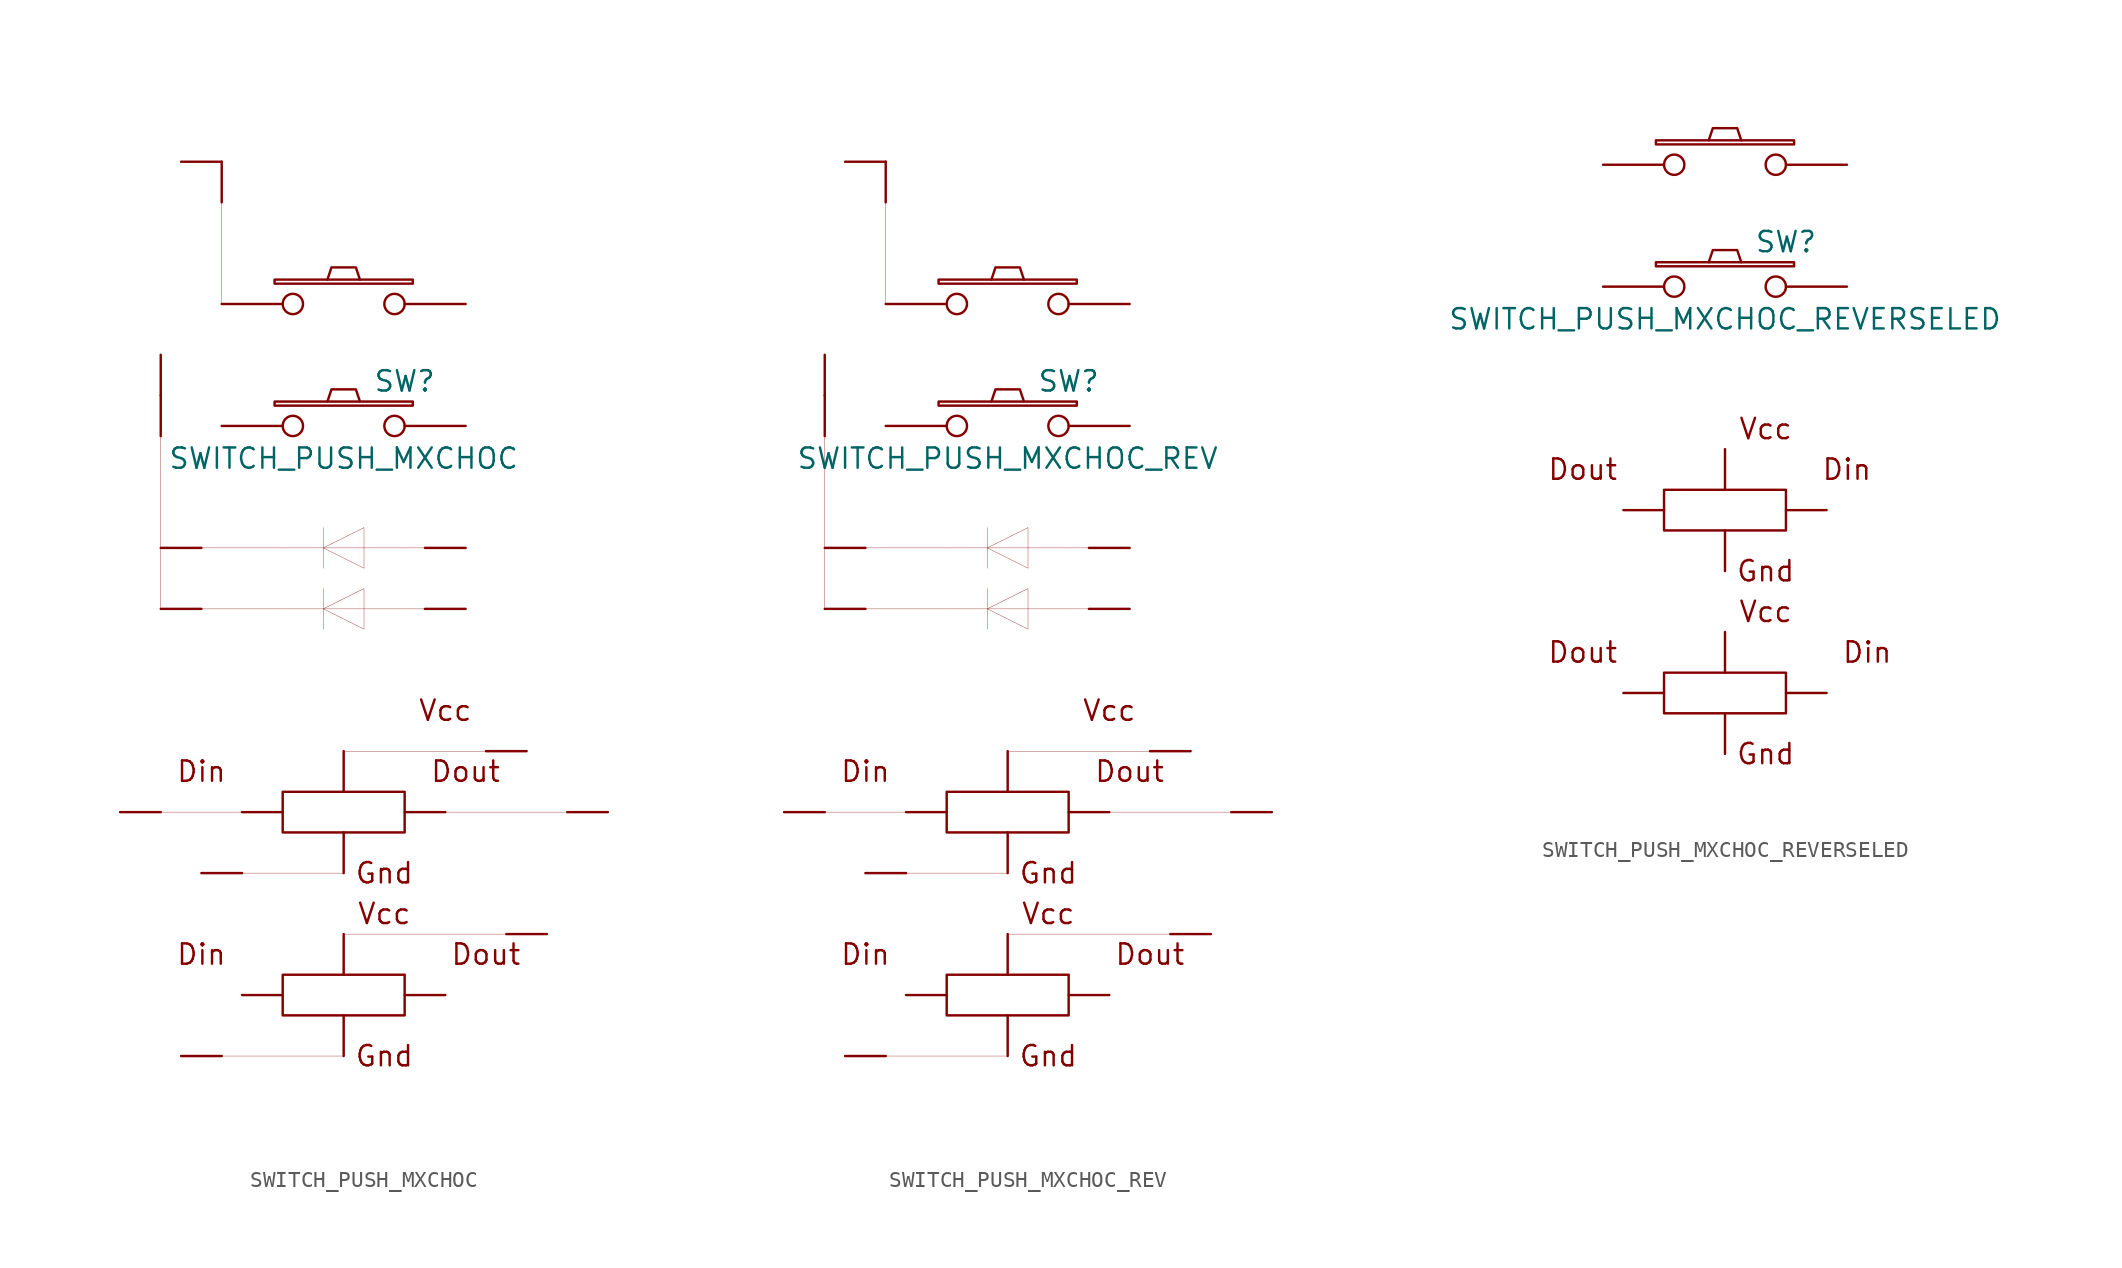
<source format=kicad_sym>
(kicad_symbol_lib
  (version 20200126)
  (host kicad_symbol_editor "(5.99.0-2043-g129c16cf7)")
  (symbol "switches:SWITCH_PUSH_MXCHOC"
    (pin_numbers hide)
    (pin_names hide)
    (property "Reference" "SW"
      (at 3.81 2.794 0)
      (effects (font (size 1.27 1.27))))
    (property "Value" "SWITCH_PUSH_MXCHOC"
      (at 0 -2.032 0)
      (effects (font (size 1.27 1.27))))
    (symbol "SWITCH_PUSH_MXCHOC_0_0"
      (text "Din" (at -8.89 -33.02 0) (effects (font (size 1.27 1.27))))
      (text "Din" (at -8.89 -21.59 0) (effects (font (size 1.27 1.27))))
      (text "Dout" (at 7.62 -21.59 0) (effects (font (size 1.27 1.27))))
      (text "Gnd" (at 2.54 -27.94 0) (effects (font (size 1.27 1.27))))
      (text "Vcc" (at 2.54 -30.48 0) (effects (font (size 1.27 1.27))))
      (text "Vcc" (at 6.35 -17.78 0) (effects (font (size 1.27 1.27)))))
    (symbol "SWITCH_PUSH_MXCHOC_1_1"
      (text "Dout" (at 8.89 -33.02 0) (effects (font (size 1.27 1.27))))
      (text "Gnd" (at 2.54 -39.37 0) (effects (font (size 1.27 1.27))))
      (rectangle (start -4.318 8.89) (end 4.318 9.144) (stroke (width 0)) (fill (type none)))
      (rectangle (start -3.81 -34.29) (end 3.81 -36.83) (stroke (width 0)) (fill (type none)))
      (polyline (pts (xy -1.016 9.144) (xy -0.762 9.906) (xy 0.762 9.906) (xy 1.016 9.144)) (stroke (width 0)) (fill (type none)))
      (pin passive inverted (at -7.62 7.62 0) (length 5.08) (name "2" (effects (font (size 1.524 1.524)))) (number "2" (effects (font (size 1.524 1.524)))))
      (pin passive line (at 0 -31.75 270) (length 2.54) (name "Vdd" (effects (font (size 1.27 1.27)))) (number "9" (effects (font (size 1.27 1.27)))))
      (pin input line (at -6.35 -35.56 0) (length 2.54) (name "Din" (effects (font (size 1.27 1.27)))) (number "12" (effects (font (size 1.27 1.27)))))
      (pin passive line (at 0 -39.37 90) (length 2.54) (name "VSS" (effects (font (size 1.27 1.27)))) (number "11" (effects (font (size 1.27 1.27)))))
      (pin passive inverted (at 7.62 7.62 180) (length 5.08) (name "1" (effects (font (size 1.524 1.524)))) (number "1" (effects (font (size 1.524 1.524)))))
      (pin output line (at 6.35 -24.13 180) (length 2.54) (name "Dout" (effects (font (size 1.27 1.27)))) (number "6" (effects (font (size 1.27 1.27)))))
      (pin passive line (at 0 -20.32 270) (length 2.54) (name "Vdd" (effects (font (size 1.27 1.27)))) (number "5" (effects (font (size 1.27 1.27)))))
      (pin input line (at -6.35 -24.13 0) (length 2.54) (name "Din" (effects (font (size 1.27 1.27)))) (number "8" (effects (font (size 1.27 1.27)))))
      (pin passive line (at 0 -27.94 90) (length 2.54) (name "VSS" (effects (font (size 1.27 1.27)))) (number "7" (effects (font (size 1.27 1.27)))))
      (pin output line (at 6.35 -35.56 180) (length 2.54) (name "Dout" (effects (font (size 1.27 1.27)))) (number "10" (effects (font (size 1.27 1.27)))))
      (pin output line (at -11.43 -7.62 0) (length 2.54) (name "23" (effects (font (size 1.27 1.27)))) (number "23" (effects (font (size 1.27 1.27)))))
      (pin output line (at -11.43 -11.43 0) (length 2.54) (name "25" (effects (font (size 1.27 1.27)))) (number "25" (effects (font (size 1.27 1.27)))))
      (pin input line (at 7.62 -7.62 180) (length 2.54) (name "22" (effects (font (size 1.27 1.27)))) (number "22" (effects (font (size 1.27 1.27)))))
      (pin input line (at 7.62 -11.43 180) (length 2.54) (name "24" (effects (font (size 1.27 1.27)))) (number "24" (effects (font (size 1.27 1.27)))))
      (pin passive line (at -10.16 16.51 0) (length 2.54) (name "13" (effects (font (size 1.27 1.27)))) (number "13" (effects (font (size 1.27 1.27)))))
      (pin passive line (at -7.62 16.51 270) (length 2.54) (name "15" (effects (font (size 1.27 1.27)))) (number "15" (effects (font (size 1.27 1.27)))))
      (pin passive line (at -11.43 1.905 270) (length 2.54) (name "26" (effects (font (size 1.27 1.27)))) (number "26" (effects (font (size 1.27 1.27)))))
      (pin passive line (at -11.43 4.445 270) (length 2.54) (name "14" (effects (font (size 1.27 1.27)))) (number "14" (effects (font (size 1.27 1.27)))))
      (pin passive line (at 11.43 -20.32 180) (length 2.54) (name "vcc" (effects (font (size 1.27 1.27)))) (number "16" (effects (font (size 1.27 1.27)))))
      (pin passive line (at 12.7 -31.75 180) (length 2.54) (name "vcc" (effects (font (size 1.27 1.27)))) (number "19" (effects (font (size 1.27 1.27)))))
      (pin passive line (at -8.89 -27.94 0) (length 2.54) (name "gnd" (effects (font (size 1.27 1.27)))) (number "18" (effects (font (size 1.27 1.27)))))
      (pin passive line (at -10.16 -39.37 0) (length 2.54) (name "gnd" (effects (font (size 1.27 1.27)))) (number "21" (effects (font (size 1.27 1.27)))))
      (pin passive line (at -13.97 -24.13 0) (length 2.54) (name "din" (effects (font (size 1.27 1.27)))) (number "20" (effects (font (size 1.27 1.27)))))
      (pin passive line (at 16.51 -24.13 180) (length 2.54) (name "dout" (effects (font (size 1.27 1.27)))) (number "17" (effects (font (size 1.27 1.27))))))
    (symbol "SWITCH_PUSH_MXCHOC_0_1"
      (rectangle (start -4.318 1.27) (end 4.318 1.524) (stroke (width 0)) (fill (type none)))
      (rectangle (start -3.81 -22.86) (end 3.81 -25.4) (stroke (width 0)) (fill (type none)))
      (rectangle (start -1.27 -7.62) (end 1.27 -7.62) (stroke (width 0.001)) (fill (type none)))
      (rectangle (start 1.27 -11.43) (end -1.27 -11.43) (stroke (width 0.001)) (fill (type none)))
      (polyline (pts (xy -1.016 1.524) (xy -0.762 2.286) (xy 0.762 2.286) (xy 1.016 1.524)) (stroke (width 0)) (fill (type none)))
      (polyline (pts (xy -3.81 -11.43) (xy -1.27 -11.43) (xy -1.27 -10.16) (xy -1.27 -12.7) (xy -1.27 -11.43) (xy 1.27 -10.16) (xy 1.27 -12.7) (xy -1.27 -11.43)) (stroke (width 0.001)) (fill (type none)))
      (polyline (pts (xy 1.27 -11.43) (xy 3.81 -11.43)) (stroke (width 0.001)) (fill (type none)))
      (polyline (pts (xy -3.81 -7.62) (xy -1.27 -7.62) (xy -1.27 -6.35) (xy -1.27 -8.89) (xy -1.27 -7.62) (xy 1.27 -6.35) (xy 1.27 -8.89) (xy -1.27 -7.62)) (stroke (width 0.001)) (fill (type none)))
      (polyline (pts (xy 1.27 -7.62) (xy 3.81 -7.62)) (stroke (width 0.001)) (fill (type none)))
      (polyline (pts (xy 0 -20.32) (xy 11.43 -20.32)) (stroke (width 0.001)) (fill (type none)))
      (polyline (pts (xy 0 -31.75) (xy 11.43 -31.75)) (stroke (width 0.001)) (fill (type none)))
      (polyline (pts (xy 0 -39.37) (xy -8.89 -39.37)) (stroke (width 0.001)) (fill (type none)))
      (polyline (pts (xy 0 -27.94) (xy -8.89 -27.94)) (stroke (width 0.001)) (fill (type none)))
      (polyline (pts (xy -6.35 -24.13) (xy -13.335 -24.13)) (stroke (width 0.001)) (fill (type none)))
      (polyline (pts (xy 15.875 -24.13) (xy 6.35 -24.13)) (stroke (width 0.001)) (fill (type none)))
      (polyline (pts (xy -11.43 4.445) (xy -11.43 -11.43)) (stroke (width 0.001)) (fill (type none)))
      (polyline (pts (xy -9.525 -7.62) (xy -3.81 -7.62)) (stroke (width 0.001)) (fill (type none)))
      (polyline (pts (xy -7.62 7.62) (xy -7.62 16.51)) (stroke (width 0.001)) (fill (type none)))
      (polyline (pts (xy -10.16 16.51) (xy -7.62 16.51)) (stroke (width 0.001)) (fill (type none)))
      (polyline (pts (xy 5.08 -7.62) (xy 3.81 -7.62)) (stroke (width 0.001)) (fill (type none)))
      (polyline (pts (xy 3.81 -11.43) (xy 5.08 -11.43)) (stroke (width 0.001)) (fill (type none)))
      (polyline (pts (xy 12.065 -31.75) (xy 11.43 -31.75)) (stroke (width 0.001)) (fill (type none)))
      (polyline (pts (xy -8.89 -39.37) (xy -9.525 -39.37)) (stroke (width 0.001)) (fill (type none)))
      (polyline (pts (xy -3.81 -11.43) (xy -8.89 -11.43)) (stroke (width 0.001)) (fill (type none)))
      (polyline (pts (xy -13.335 -24.13) (xy -13.97 -24.13)) (stroke (width 0.001)) (fill (type none)))
      (polyline (pts (xy -9.525 -39.37) (xy -10.16 -39.37)) (stroke (width 0.001)) (fill (type none)))
      (polyline (pts (xy 16.51 -24.13) (xy 15.875 -24.13)) (stroke (width 0.001)) (fill (type none)))
      (polyline (pts (xy 12.7 -31.75) (xy 12.065 -31.75)) (stroke (width 0.001)) (fill (type none)))
      (pin passive inverted (at -7.62 0 0) (length 5.08) (name "3" (effects (font (size 1.524 1.524)))) (number "3" (effects (font (size 1.524 1.524)))))
      (pin passive inverted (at 7.62 0 180) (length 5.08) (name "4" (effects (font (size 1.524 1.524)))) (number "4" (effects (font (size 1.524 1.524)))))))
  (symbol "switches:SWITCH_PUSH_MXCHOC_REV"
    (pin_numbers hide)
    (pin_names hide)
    (property "Reference" "SW"
      (at 3.81 2.794 0)
      (effects (font (size 1.27 1.27))))
    (property "Value" "SWITCH_PUSH_MXCHOC_REV"
      (at 0 -2.032 0)
      (effects (font (size 1.27 1.27))))
    (symbol "SWITCH_PUSH_MXCHOC_REV_0_0"
      (text "Din" (at -8.89 -33.02 0) (effects (font (size 1.27 1.27))))
      (text "Din" (at -8.89 -21.59 0) (effects (font (size 1.27 1.27))))
      (text "Dout" (at 7.62 -21.59 0) (effects (font (size 1.27 1.27))))
      (text "Gnd" (at 2.54 -27.94 0) (effects (font (size 1.27 1.27))))
      (text "Vcc" (at 2.54 -30.48 0) (effects (font (size 1.27 1.27))))
      (text "Vcc" (at 6.35 -17.78 0) (effects (font (size 1.27 1.27)))))
    (symbol "SWITCH_PUSH_MXCHOC_REV_1_1"
      (text "Dout" (at 8.89 -33.02 0) (effects (font (size 1.27 1.27))))
      (text "Gnd" (at 2.54 -39.37 0) (effects (font (size 1.27 1.27))))
      (rectangle (start -4.318 8.89) (end 4.318 9.144) (stroke (width 0)) (fill (type none)))
      (rectangle (start -3.81 -34.29) (end 3.81 -36.83) (stroke (width 0)) (fill (type none)))
      (polyline (pts (xy -1.016 9.144) (xy -0.762 9.906) (xy 0.762 9.906) (xy 1.016 9.144)) (stroke (width 0)) (fill (type none)))
      (pin passive inverted (at -7.62 7.62 0) (length 5.08) (name "2" (effects (font (size 1.524 1.524)))) (number "2" (effects (font (size 1.524 1.524)))))
      (pin passive line (at 0 -31.75 270) (length 2.54) (name "Vdd" (effects (font (size 1.27 1.27)))) (number "9" (effects (font (size 1.27 1.27)))))
      (pin input line (at -6.35 -35.56 0) (length 2.54) (name "Din" (effects (font (size 1.27 1.27)))) (number "12" (effects (font (size 1.27 1.27)))))
      (pin passive line (at 0 -39.37 90) (length 2.54) (name "VSS" (effects (font (size 1.27 1.27)))) (number "11" (effects (font (size 1.27 1.27)))))
      (pin passive inverted (at 7.62 7.62 180) (length 5.08) (name "1" (effects (font (size 1.524 1.524)))) (number "1" (effects (font (size 1.524 1.524)))))
      (pin output line (at 6.35 -24.13 180) (length 2.54) (name "Dout" (effects (font (size 1.27 1.27)))) (number "6" (effects (font (size 1.27 1.27)))))
      (pin passive line (at 0 -20.32 270) (length 2.54) (name "Vdd" (effects (font (size 1.27 1.27)))) (number "5" (effects (font (size 1.27 1.27)))))
      (pin input line (at -6.35 -24.13 0) (length 2.54) (name "Din" (effects (font (size 1.27 1.27)))) (number "8" (effects (font (size 1.27 1.27)))))
      (pin passive line (at 0 -27.94 90) (length 2.54) (name "VSS" (effects (font (size 1.27 1.27)))) (number "7" (effects (font (size 1.27 1.27)))))
      (pin output line (at 6.35 -35.56 180) (length 2.54) (name "Dout" (effects (font (size 1.27 1.27)))) (number "10" (effects (font (size 1.27 1.27)))))
      (pin output line (at -11.43 -7.62 0) (length 2.54) (name "23" (effects (font (size 1.27 1.27)))) (number "23" (effects (font (size 1.27 1.27)))))
      (pin output line (at -11.43 -11.43 0) (length 2.54) (name "25" (effects (font (size 1.27 1.27)))) (number "25" (effects (font (size 1.27 1.27)))))
      (pin input line (at 7.62 -7.62 180) (length 2.54) (name "22" (effects (font (size 1.27 1.27)))) (number "22" (effects (font (size 1.27 1.27)))))
      (pin input line (at 7.62 -11.43 180) (length 2.54) (name "24" (effects (font (size 1.27 1.27)))) (number "24" (effects (font (size 1.27 1.27)))))
      (pin passive line (at -10.16 16.51 0) (length 2.54) (name "13" (effects (font (size 1.27 1.27)))) (number "13" (effects (font (size 1.27 1.27)))))
      (pin passive line (at -7.62 16.51 270) (length 2.54) (name "15" (effects (font (size 1.27 1.27)))) (number "15" (effects (font (size 1.27 1.27)))))
      (pin passive line (at -11.43 1.905 270) (length 2.54) (name "26" (effects (font (size 1.27 1.27)))) (number "26" (effects (font (size 1.27 1.27)))))
      (pin passive line (at -11.43 4.445 270) (length 2.54) (name "14" (effects (font (size 1.27 1.27)))) (number "14" (effects (font (size 1.27 1.27)))))
      (pin passive line (at 11.43 -20.32 180) (length 2.54) (name "vcc" (effects (font (size 1.27 1.27)))) (number "16" (effects (font (size 1.27 1.27)))))
      (pin passive line (at 12.7 -31.75 180) (length 2.54) (name "vcc" (effects (font (size 1.27 1.27)))) (number "19" (effects (font (size 1.27 1.27)))))
      (pin passive line (at -8.89 -27.94 0) (length 2.54) (name "gnd" (effects (font (size 1.27 1.27)))) (number "18" (effects (font (size 1.27 1.27)))))
      (pin passive line (at -10.16 -39.37 0) (length 2.54) (name "gnd" (effects (font (size 1.27 1.27)))) (number "21" (effects (font (size 1.27 1.27)))))
      (pin passive line (at -13.97 -24.13 0) (length 2.54) (name "din" (effects (font (size 1.27 1.27)))) (number "20" (effects (font (size 1.27 1.27)))))
      (pin passive line (at 16.51 -24.13 180) (length 2.54) (name "dout" (effects (font (size 1.27 1.27)))) (number "17" (effects (font (size 1.27 1.27))))))
    (symbol "SWITCH_PUSH_MXCHOC_REV_0_1"
      (rectangle (start -4.318 1.27) (end 4.318 1.524) (stroke (width 0)) (fill (type none)))
      (rectangle (start -3.81 -22.86) (end 3.81 -25.4) (stroke (width 0)) (fill (type none)))
      (rectangle (start -1.27 -7.62) (end 1.27 -7.62) (stroke (width 0.001)) (fill (type none)))
      (rectangle (start 1.27 -11.43) (end -1.27 -11.43) (stroke (width 0.001)) (fill (type none)))
      (polyline (pts (xy -1.016 1.524) (xy -0.762 2.286) (xy 0.762 2.286) (xy 1.016 1.524)) (stroke (width 0)) (fill (type none)))
      (polyline (pts (xy -3.81 -11.43) (xy -1.27 -11.43) (xy -1.27 -10.16) (xy -1.27 -12.7) (xy -1.27 -11.43) (xy 1.27 -10.16) (xy 1.27 -12.7) (xy -1.27 -11.43)) (stroke (width 0.001)) (fill (type none)))
      (polyline (pts (xy 1.27 -11.43) (xy 3.81 -11.43)) (stroke (width 0.001)) (fill (type none)))
      (polyline (pts (xy -3.81 -7.62) (xy -1.27 -7.62) (xy -1.27 -6.35) (xy -1.27 -8.89) (xy -1.27 -7.62) (xy 1.27 -6.35) (xy 1.27 -8.89) (xy -1.27 -7.62)) (stroke (width 0.001)) (fill (type none)))
      (polyline (pts (xy 1.27 -7.62) (xy 3.81 -7.62)) (stroke (width 0.001)) (fill (type none)))
      (polyline (pts (xy 0 -20.32) (xy 11.43 -20.32)) (stroke (width 0.001)) (fill (type none)))
      (polyline (pts (xy 0 -31.75) (xy 11.43 -31.75)) (stroke (width 0.001)) (fill (type none)))
      (polyline (pts (xy 0 -39.37) (xy -8.89 -39.37)) (stroke (width 0.001)) (fill (type none)))
      (polyline (pts (xy 0 -27.94) (xy -8.89 -27.94)) (stroke (width 0.001)) (fill (type none)))
      (polyline (pts (xy -6.35 -24.13) (xy -13.335 -24.13)) (stroke (width 0.001)) (fill (type none)))
      (polyline (pts (xy 15.875 -24.13) (xy 6.35 -24.13)) (stroke (width 0.001)) (fill (type none)))
      (polyline (pts (xy -11.43 4.445) (xy -11.43 -11.43)) (stroke (width 0.001)) (fill (type none)))
      (polyline (pts (xy -9.525 -7.62) (xy -3.81 -7.62)) (stroke (width 0.001)) (fill (type none)))
      (polyline (pts (xy -7.62 7.62) (xy -7.62 16.51)) (stroke (width 0.001)) (fill (type none)))
      (polyline (pts (xy -10.16 16.51) (xy -7.62 16.51)) (stroke (width 0.001)) (fill (type none)))
      (polyline (pts (xy 5.08 -7.62) (xy 3.81 -7.62)) (stroke (width 0.001)) (fill (type none)))
      (polyline (pts (xy 3.81 -11.43) (xy 5.08 -11.43)) (stroke (width 0.001)) (fill (type none)))
      (polyline (pts (xy 12.065 -31.75) (xy 11.43 -31.75)) (stroke (width 0.001)) (fill (type none)))
      (polyline (pts (xy -8.89 -39.37) (xy -9.525 -39.37)) (stroke (width 0.001)) (fill (type none)))
      (polyline (pts (xy -3.81 -11.43) (xy -8.89 -11.43)) (stroke (width 0.001)) (fill (type none)))
      (polyline (pts (xy -13.335 -24.13) (xy -13.97 -24.13)) (stroke (width 0.001)) (fill (type none)))
      (polyline (pts (xy -9.525 -39.37) (xy -10.16 -39.37)) (stroke (width 0.001)) (fill (type none)))
      (polyline (pts (xy 16.51 -24.13) (xy 15.875 -24.13)) (stroke (width 0.001)) (fill (type none)))
      (polyline (pts (xy 12.7 -31.75) (xy 12.065 -31.75)) (stroke (width 0.001)) (fill (type none)))
      (pin passive inverted (at -7.62 0 0) (length 5.08) (name "3" (effects (font (size 1.524 1.524)))) (number "3" (effects (font (size 1.524 1.524)))))
      (pin passive inverted (at 7.62 0 180) (length 5.08) (name "4" (effects (font (size 1.524 1.524)))) (number "4" (effects (font (size 1.524 1.524)))))))
  (symbol "switches:SWITCH_PUSH_MXCHOC_REVERSELED"
    (pin_numbers hide)
    (pin_names hide)
    (property "Reference" "SW"
      (at 3.81 2.794 0)
      (effects (font (size 1.27 1.27))))
    (property "Value" "SWITCH_PUSH_MXCHOC_REVERSELED"
      (at 0 -2.032 0)
      (effects (font (size 1.27 1.27))))
    (symbol "SWITCH_PUSH_MXCHOC_REVERSELED_0_0"
      (text "Din" (at 7.62 -11.43 0) (effects (font (size 1.27 1.27))))
      (text "Dout" (at -8.89 -22.86 0) (effects (font (size 1.27 1.27))))
      (text "Dout" (at -8.89 -11.43 0) (effects (font (size 1.27 1.27))))
      (text "Gnd" (at 2.54 -17.78 0) (effects (font (size 1.27 1.27))))
      (text "Vcc" (at 2.54 -20.32 0) (effects (font (size 1.27 1.27))))
      (text "Vcc" (at 2.54 -8.89 0) (effects (font (size 1.27 1.27)))))
    (symbol "SWITCH_PUSH_MXCHOC_REVERSELED_1_1"
      (text "Din" (at 8.89 -22.86 0) (effects (font (size 1.27 1.27))))
      (text "Gnd" (at 2.54 -29.21 0) (effects (font (size 1.27 1.27))))
      (rectangle (start -4.318 8.89) (end 4.318 9.144) (stroke (width 0)) (fill (type none)))
      (rectangle (start -3.81 -24.13) (end 3.81 -26.67) (stroke (width 0)) (fill (type none)))
      (polyline (pts (xy -1.016 9.144) (xy -0.762 9.906) (xy 0.762 9.906) (xy 1.016 9.144)) (stroke (width 0)) (fill (type none)))
      (pin passive inverted (at -7.62 7.62 0) (length 5.08) (name "1" (effects (font (size 1.524 1.524)))) (number "1" (effects (font (size 1.524 1.524)))))
      (pin passive line (at 0 -21.59 270) (length 2.54) (name "Vdd" (effects (font (size 1.27 1.27)))) (number "10" (effects (font (size 1.27 1.27)))))
      (pin output line (at 6.35 -25.4 180) (length 2.54) (name "Din" (effects (font (size 1.27 1.27)))) (number "11" (effects (font (size 1.27 1.27)))))
      (pin passive line (at 0 -29.21 90) (length 2.54) (name "VSS" (effects (font (size 1.27 1.27)))) (number "12" (effects (font (size 1.27 1.27)))))
      (pin passive inverted (at 7.62 7.62 180) (length 5.08) (name "2" (effects (font (size 1.524 1.524)))) (number "2" (effects (font (size 1.524 1.524)))))
      (pin input line (at -6.35 -13.97 0) (length 2.54) (name "Dout" (effects (font (size 1.27 1.27)))) (number "5" (effects (font (size 1.27 1.27)))))
      (pin passive line (at 0 -10.16 270) (length 2.54) (name "Vdd" (effects (font (size 1.27 1.27)))) (number "6" (effects (font (size 1.27 1.27)))))
      (pin output line (at 6.35 -13.97 180) (length 2.54) (name "Din" (effects (font (size 1.27 1.27)))) (number "7" (effects (font (size 1.27 1.27)))))
      (pin passive line (at 0 -17.78 90) (length 2.54) (name "VSS" (effects (font (size 1.27 1.27)))) (number "8" (effects (font (size 1.27 1.27)))))
      (pin input line (at -6.35 -25.4 0) (length 2.54) (name "Dout" (effects (font (size 1.27 1.27)))) (number "9" (effects (font (size 1.27 1.27))))))
    (symbol "SWITCH_PUSH_MXCHOC_REVERSELED_0_1"
      (rectangle (start -4.318 1.27) (end 4.318 1.524) (stroke (width 0)) (fill (type none)))
      (rectangle (start -3.81 -12.7) (end 3.81 -15.24) (stroke (width 0)) (fill (type none)))
      (polyline (pts (xy -1.016 1.524) (xy -0.762 2.286) (xy 0.762 2.286) (xy 1.016 1.524)) (stroke (width 0)) (fill (type none)))
      (pin passive inverted (at -7.62 0 0) (length 5.08) (name "3" (effects (font (size 1.524 1.524)))) (number "3" (effects (font (size 1.524 1.524)))))
      (pin passive inverted (at 7.62 0 180) (length 5.08) (name "4" (effects (font (size 1.524 1.524)))) (number "4" (effects (font (size 1.524 1.524))))))))
</source>
